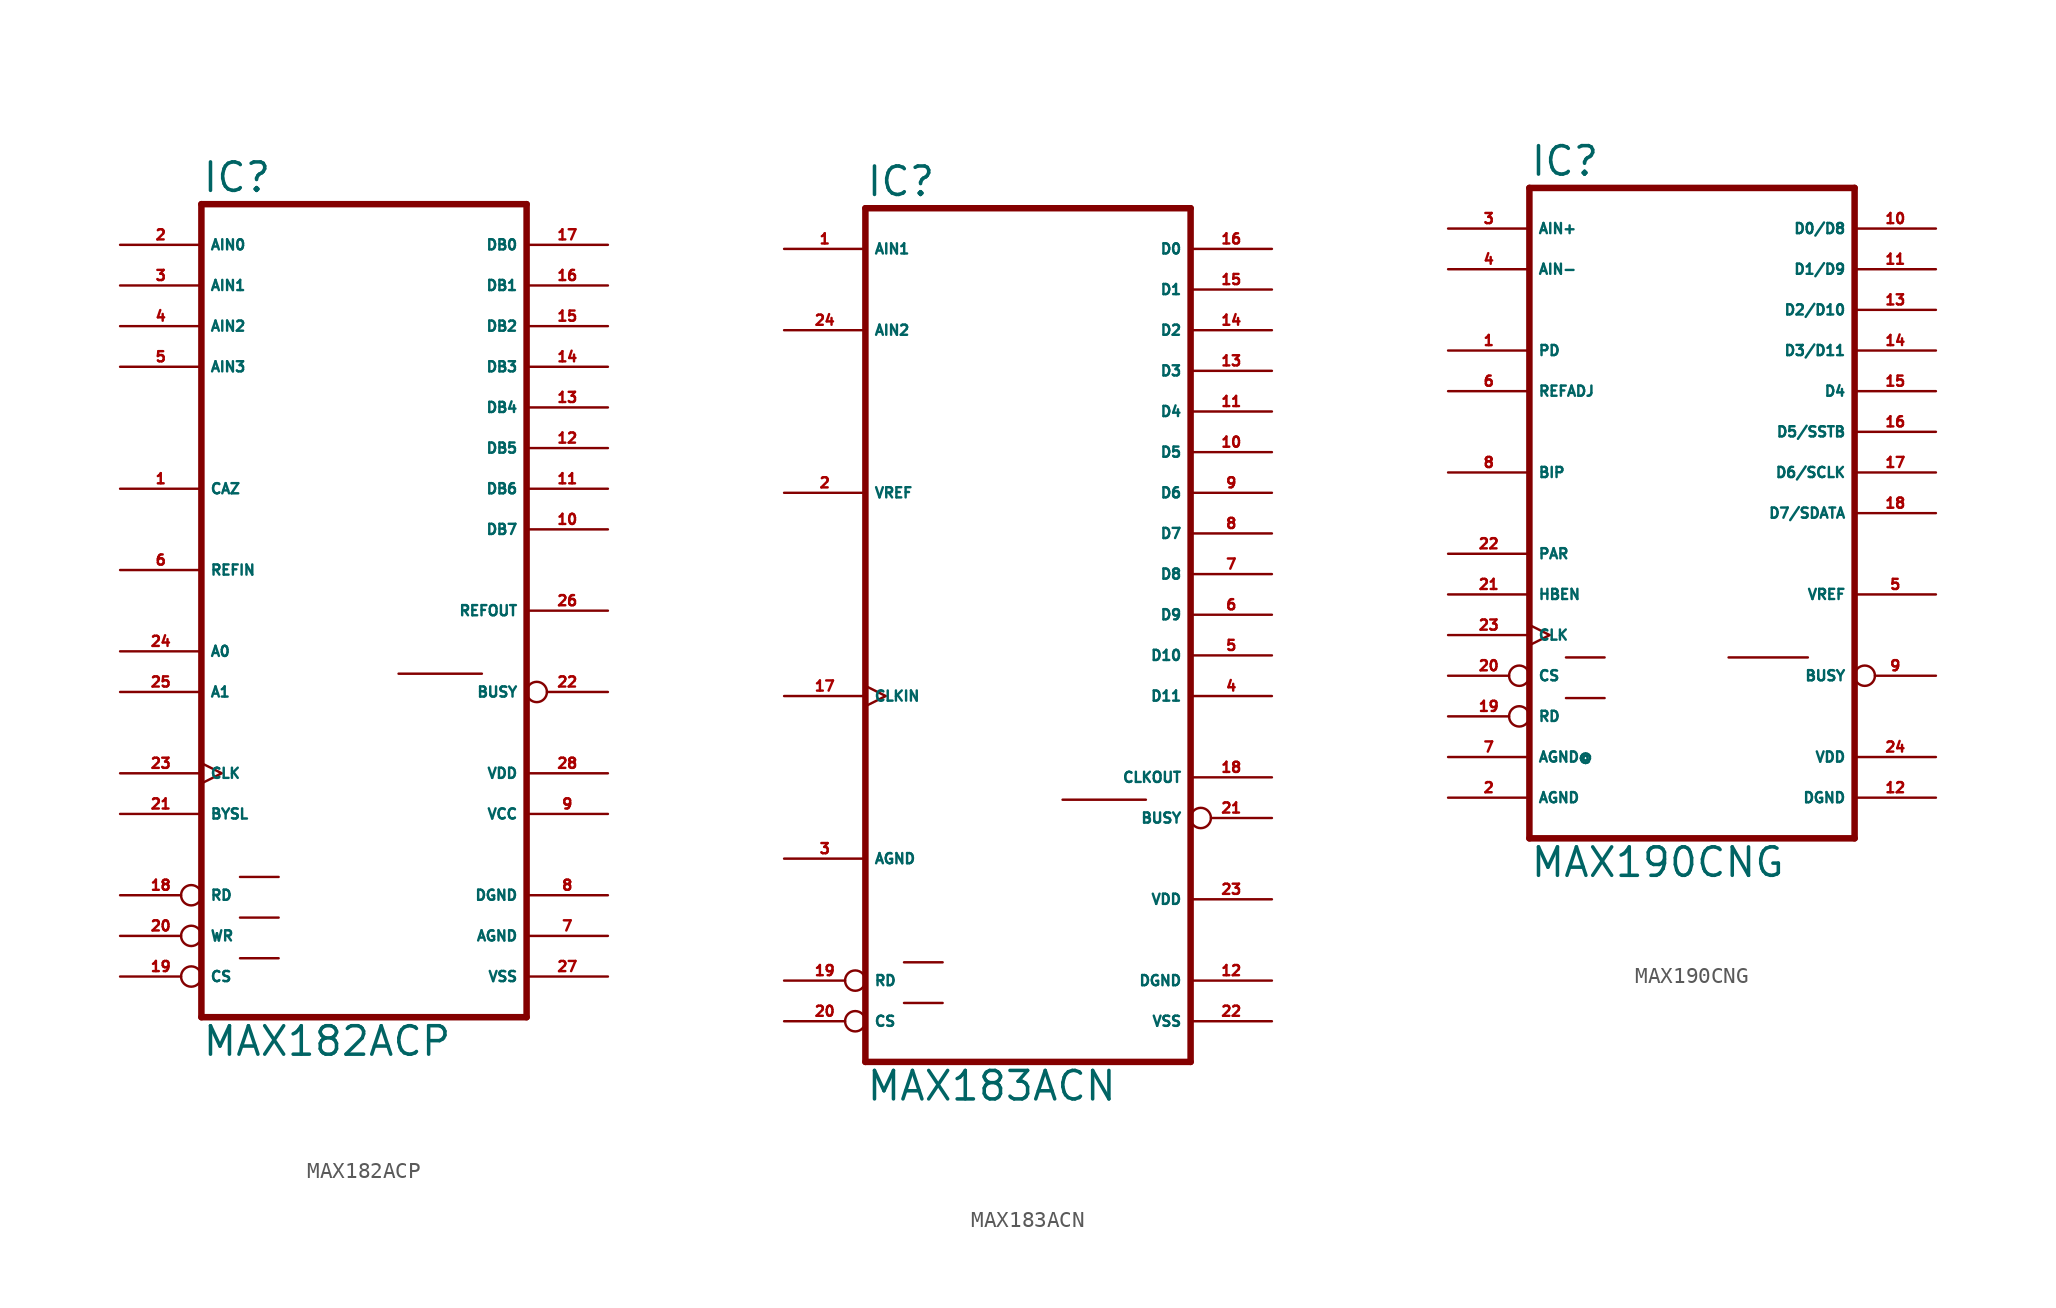
<source format=kicad_sym>
(kicad_symbol_lib
  (version 20220914)
  (generator Eagle2Kicad)
  (symbol "MAX182ACP"
    (property "Reference" "IC"
      (at -10.16 26.035 0)
      (effects (font (size 1.778 1.778) (thickness 0.22)) (justify left bottom)))
    (property "Value" "MAX182ACP"
      (at -10.16 -27.94 0)
      (effects (font (size 1.778 1.778) (thickness 0.22)) (justify left bottom)))
    (polyline
      (pts (xy -10.16 -25.4) (xy 10.16 -25.4))
      (stroke (width 0.406) (type default))
      (fill (type none)))
    (polyline
      (pts (xy 10.16 25.4) (xy 10.16 -25.4))
      (stroke (width 0.406) (type default))
      (fill (type none)))
    (polyline
      (pts (xy 10.16 25.4) (xy -10.16 25.4))
      (stroke (width 0.406) (type default))
      (fill (type none)))
    (polyline
      (pts (xy -10.16 -25.4) (xy -10.16 25.4))
      (stroke (width 0.406) (type default))
      (fill (type none)))
    (polyline
      (pts (xy -7.747 -21.717) (xy -5.334 -21.717))
      (stroke (width 0.152) (type default))
      (fill (type none)))
    (polyline
      (pts (xy -7.747 -19.177) (xy -5.334 -19.177))
      (stroke (width 0.152) (type default))
      (fill (type none)))
    (polyline
      (pts (xy -7.747 -16.637) (xy -5.334 -16.637))
      (stroke (width 0.152) (type default))
      (fill (type none)))
    (polyline
      (pts (xy 2.159 -3.937) (xy 7.366 -3.937))
      (stroke (width 0.152) (type default))
      (fill (type none)))
    (pin tri_state line
      (at 15.24 22.86 180)
      (length 5.08)
      (name "DB0" (effects (font (size 0.635 0.635) (thickness 0.08)) (justify left bottom)))
      (number "17" (effects (font (size 0.635 0.635) (thickness 0.08)) (justify left bottom))))
    (pin tri_state line
      (at 15.24 20.32 180)
      (length 5.08)
      (name "DB1" (effects (font (size 0.635 0.635) (thickness 0.08)) (justify left bottom)))
      (number "16" (effects (font (size 0.635 0.635) (thickness 0.08)) (justify left bottom))))
    (pin tri_state line
      (at 15.24 17.78 180)
      (length 5.08)
      (name "DB2" (effects (font (size 0.635 0.635) (thickness 0.08)) (justify left bottom)))
      (number "15" (effects (font (size 0.635 0.635) (thickness 0.08)) (justify left bottom))))
    (pin tri_state line
      (at 15.24 15.24 180)
      (length 5.08)
      (name "DB3" (effects (font (size 0.635 0.635) (thickness 0.08)) (justify left bottom)))
      (number "14" (effects (font (size 0.635 0.635) (thickness 0.08)) (justify left bottom))))
    (pin tri_state line
      (at 15.24 12.7 180)
      (length 5.08)
      (name "DB4" (effects (font (size 0.635 0.635) (thickness 0.08)) (justify left bottom)))
      (number "13" (effects (font (size 0.635 0.635) (thickness 0.08)) (justify left bottom))))
    (pin tri_state line
      (at 15.24 10.16 180)
      (length 5.08)
      (name "DB5" (effects (font (size 0.635 0.635) (thickness 0.08)) (justify left bottom)))
      (number "12" (effects (font (size 0.635 0.635) (thickness 0.08)) (justify left bottom))))
    (pin tri_state line
      (at 15.24 7.62 180)
      (length 5.08)
      (name "DB6" (effects (font (size 0.635 0.635) (thickness 0.08)) (justify left bottom)))
      (number "11" (effects (font (size 0.635 0.635) (thickness 0.08)) (justify left bottom))))
    (pin tri_state line
      (at 15.24 5.08 180)
      (length 5.08)
      (name "DB7" (effects (font (size 0.635 0.635) (thickness 0.08)) (justify left bottom)))
      (number "10" (effects (font (size 0.635 0.635) (thickness 0.08)) (justify left bottom))))
    (pin unspecified line
      (at 15.24 0 180)
      (length 5.08)
      (name "REFOUT" (effects (font (size 0.635 0.635) (thickness 0.08)) (justify left bottom)))
      (number "26" (effects (font (size 0.635 0.635) (thickness 0.08)) (justify left bottom))))
    (pin unspecified line
      (at 15.24 -22.86 180)
      (length 5.08)
      (name "VSS" (effects (font (size 0.635 0.635) (thickness 0.08)) (justify left bottom)))
      (number "27" (effects (font (size 0.635 0.635) (thickness 0.08)) (justify left bottom))))
    (pin input line
      (at -15.24 2.54 0)
      (length 5.08)
      (name "REFIN" (effects (font (size 0.635 0.635) (thickness 0.08)) (justify left bottom)))
      (number "6" (effects (font (size 0.635 0.635) (thickness 0.08)) (justify left bottom))))
    (pin input inverted
      (at -15.24 -20.32 0)
      (length 5.08)
      (name "WR" (effects (font (size 0.635 0.635) (thickness 0.08)) (justify left bottom)))
      (number "20" (effects (font (size 0.635 0.635) (thickness 0.08)) (justify left bottom))))
    (pin input inverted
      (at -15.24 -22.86 0)
      (length 5.08)
      (name "CS" (effects (font (size 0.635 0.635) (thickness 0.08)) (justify left bottom)))
      (number "19" (effects (font (size 0.635 0.635) (thickness 0.08)) (justify left bottom))))
    (pin input line
      (at -15.24 17.78 0)
      (length 5.08)
      (name "AIN2" (effects (font (size 0.635 0.635) (thickness 0.08)) (justify left bottom)))
      (number "4" (effects (font (size 0.635 0.635) (thickness 0.08)) (justify left bottom))))
    (pin input line
      (at -15.24 15.24 0)
      (length 5.08)
      (name "AIN3" (effects (font (size 0.635 0.635) (thickness 0.08)) (justify left bottom)))
      (number "5" (effects (font (size 0.635 0.635) (thickness 0.08)) (justify left bottom))))
    (pin unspecified line
      (at 15.24 -20.32 180)
      (length 5.08)
      (name "AGND" (effects (font (size 0.635 0.635) (thickness 0.08)) (justify left bottom)))
      (number "7" (effects (font (size 0.635 0.635) (thickness 0.08)) (justify left bottom))))
    (pin unspecified line
      (at 15.24 -17.78 180)
      (length 5.08)
      (name "DGND" (effects (font (size 0.635 0.635) (thickness 0.08)) (justify left bottom)))
      (number "8" (effects (font (size 0.635 0.635) (thickness 0.08)) (justify left bottom))))
    (pin unspecified line
      (at 15.24 -10.16 180)
      (length 5.08)
      (name "VDD" (effects (font (size 0.635 0.635) (thickness 0.08)) (justify left bottom)))
      (number "28" (effects (font (size 0.635 0.635) (thickness 0.08)) (justify left bottom))))
    (pin input line
      (at -15.24 22.86 0)
      (length 5.08)
      (name "AIN0" (effects (font (size 0.635 0.635) (thickness 0.08)) (justify left bottom)))
      (number "2" (effects (font (size 0.635 0.635) (thickness 0.08)) (justify left bottom))))
    (pin input line
      (at -15.24 20.32 0)
      (length 5.08)
      (name "AIN1" (effects (font (size 0.635 0.635) (thickness 0.08)) (justify left bottom)))
      (number "3" (effects (font (size 0.635 0.635) (thickness 0.08)) (justify left bottom))))
    (pin output inverted
      (at 15.24 -5.08 180)
      (length 5.08)
      (name "BUSY" (effects (font (size 0.635 0.635) (thickness 0.08)) (justify left bottom)))
      (number "22" (effects (font (size 0.635 0.635) (thickness 0.08)) (justify left bottom))))
    (pin input line
      (at -15.24 -12.7 0)
      (length 5.08)
      (name "BYSL" (effects (font (size 0.635 0.635) (thickness 0.08)) (justify left bottom)))
      (number "21" (effects (font (size 0.635 0.635) (thickness 0.08)) (justify left bottom))))
    (pin input inverted
      (at -15.24 -17.78 0)
      (length 5.08)
      (name "RD" (effects (font (size 0.635 0.635) (thickness 0.08)) (justify left bottom)))
      (number "18" (effects (font (size 0.635 0.635) (thickness 0.08)) (justify left bottom))))
    (pin input line
      (at -15.24 7.62 0)
      (length 5.08)
      (name "CAZ" (effects (font (size 0.635 0.635) (thickness 0.08)) (justify left bottom)))
      (number "1" (effects (font (size 0.635 0.635) (thickness 0.08)) (justify left bottom))))
    (pin input clock
      (at -15.24 -10.16 0)
      (length 5.08)
      (name "CLK" (effects (font (size 0.635 0.635) (thickness 0.08)) (justify left bottom)))
      (number "23" (effects (font (size 0.635 0.635) (thickness 0.08)) (justify left bottom))))
    (pin input line
      (at -15.24 -2.54 0)
      (length 5.08)
      (name "A0" (effects (font (size 0.635 0.635) (thickness 0.08)) (justify left bottom)))
      (number "24" (effects (font (size 0.635 0.635) (thickness 0.08)) (justify left bottom))))
    (pin input line
      (at -15.24 -5.08 0)
      (length 5.08)
      (name "A1" (effects (font (size 0.635 0.635) (thickness 0.08)) (justify left bottom)))
      (number "25" (effects (font (size 0.635 0.635) (thickness 0.08)) (justify left bottom))))
    (pin unspecified line
      (at 15.24 -12.7 180)
      (length 5.08)
      (name "VCC" (effects (font (size 0.635 0.635) (thickness 0.08)) (justify left bottom)))
      (number "9" (effects (font (size 0.635 0.635) (thickness 0.08)) (justify left bottom)))))
  (symbol "MAX183ACN"
    (property "Reference" "IC"
      (at -10.16 28.575 0)
      (effects (font (size 1.778 1.778) (thickness 0.22)) (justify left bottom)))
    (property "Value" "MAX183ACN"
      (at -10.16 -27.94 0)
      (effects (font (size 1.778 1.778) (thickness 0.22)) (justify left bottom)))
    (polyline
      (pts (xy -10.16 -25.4) (xy 10.16 -25.4))
      (stroke (width 0.406) (type default))
      (fill (type none)))
    (polyline
      (pts (xy 10.16 27.94) (xy 10.16 -25.4))
      (stroke (width 0.406) (type default))
      (fill (type none)))
    (polyline
      (pts (xy 10.16 27.94) (xy -10.16 27.94))
      (stroke (width 0.406) (type default))
      (fill (type none)))
    (polyline
      (pts (xy -10.16 -25.4) (xy -10.16 27.94))
      (stroke (width 0.406) (type default))
      (fill (type none)))
    (polyline
      (pts (xy -7.747 -21.717) (xy -5.334 -21.717))
      (stroke (width 0.152) (type default))
      (fill (type none)))
    (polyline
      (pts (xy -7.747 -19.177) (xy -5.334 -19.177))
      (stroke (width 0.152) (type default))
      (fill (type none)))
    (polyline
      (pts (xy 2.159 -9.017) (xy 7.366 -9.017))
      (stroke (width 0.152) (type default))
      (fill (type none)))
    (pin tri_state line
      (at 15.24 25.4 180)
      (length 5.08)
      (name "D0" (effects (font (size 0.635 0.635) (thickness 0.08)) (justify left bottom)))
      (number "16" (effects (font (size 0.635 0.635) (thickness 0.08)) (justify left bottom))))
    (pin tri_state line
      (at 15.24 22.86 180)
      (length 5.08)
      (name "D1" (effects (font (size 0.635 0.635) (thickness 0.08)) (justify left bottom)))
      (number "15" (effects (font (size 0.635 0.635) (thickness 0.08)) (justify left bottom))))
    (pin tri_state line
      (at 15.24 20.32 180)
      (length 5.08)
      (name "D2" (effects (font (size 0.635 0.635) (thickness 0.08)) (justify left bottom)))
      (number "14" (effects (font (size 0.635 0.635) (thickness 0.08)) (justify left bottom))))
    (pin tri_state line
      (at 15.24 17.78 180)
      (length 5.08)
      (name "D3" (effects (font (size 0.635 0.635) (thickness 0.08)) (justify left bottom)))
      (number "13" (effects (font (size 0.635 0.635) (thickness 0.08)) (justify left bottom))))
    (pin tri_state line
      (at 15.24 15.24 180)
      (length 5.08)
      (name "D4" (effects (font (size 0.635 0.635) (thickness 0.08)) (justify left bottom)))
      (number "11" (effects (font (size 0.635 0.635) (thickness 0.08)) (justify left bottom))))
    (pin tri_state line
      (at 15.24 12.7 180)
      (length 5.08)
      (name "D5" (effects (font (size 0.635 0.635) (thickness 0.08)) (justify left bottom)))
      (number "10" (effects (font (size 0.635 0.635) (thickness 0.08)) (justify left bottom))))
    (pin tri_state line
      (at 15.24 10.16 180)
      (length 5.08)
      (name "D6" (effects (font (size 0.635 0.635) (thickness 0.08)) (justify left bottom)))
      (number "9" (effects (font (size 0.635 0.635) (thickness 0.08)) (justify left bottom))))
    (pin tri_state line
      (at 15.24 7.62 180)
      (length 5.08)
      (name "D7" (effects (font (size 0.635 0.635) (thickness 0.08)) (justify left bottom)))
      (number "8" (effects (font (size 0.635 0.635) (thickness 0.08)) (justify left bottom))))
    (pin output line
      (at 15.24 -7.62 180)
      (length 5.08)
      (name "CLKOUT" (effects (font (size 0.635 0.635) (thickness 0.08)) (justify left bottom)))
      (number "18" (effects (font (size 0.635 0.635) (thickness 0.08)) (justify left bottom))))
    (pin unspecified line
      (at 15.24 -22.86 180)
      (length 5.08)
      (name "VSS" (effects (font (size 0.635 0.635) (thickness 0.08)) (justify left bottom)))
      (number "22" (effects (font (size 0.635 0.635) (thickness 0.08)) (justify left bottom))))
    (pin input inverted
      (at -15.24 -22.86 0)
      (length 5.08)
      (name "CS" (effects (font (size 0.635 0.635) (thickness 0.08)) (justify left bottom)))
      (number "20" (effects (font (size 0.635 0.635) (thickness 0.08)) (justify left bottom))))
    (pin input line
      (at -15.24 20.32 0)
      (length 5.08)
      (name "AIN2" (effects (font (size 0.635 0.635) (thickness 0.08)) (justify left bottom)))
      (number "24" (effects (font (size 0.635 0.635) (thickness 0.08)) (justify left bottom))))
    (pin unspecified line
      (at -15.24 -12.7 0)
      (length 5.08)
      (name "AGND" (effects (font (size 0.635 0.635) (thickness 0.08)) (justify left bottom)))
      (number "3" (effects (font (size 0.635 0.635) (thickness 0.08)) (justify left bottom))))
    (pin unspecified line
      (at 15.24 -20.32 180)
      (length 5.08)
      (name "DGND" (effects (font (size 0.635 0.635) (thickness 0.08)) (justify left bottom)))
      (number "12" (effects (font (size 0.635 0.635) (thickness 0.08)) (justify left bottom))))
    (pin unspecified line
      (at 15.24 -15.24 180)
      (length 5.08)
      (name "VDD" (effects (font (size 0.635 0.635) (thickness 0.08)) (justify left bottom)))
      (number "23" (effects (font (size 0.635 0.635) (thickness 0.08)) (justify left bottom))))
    (pin input line
      (at -15.24 25.4 0)
      (length 5.08)
      (name "AIN1" (effects (font (size 0.635 0.635) (thickness 0.08)) (justify left bottom)))
      (number "1" (effects (font (size 0.635 0.635) (thickness 0.08)) (justify left bottom))))
    (pin output inverted
      (at 15.24 -10.16 180)
      (length 5.08)
      (name "BUSY" (effects (font (size 0.635 0.635) (thickness 0.08)) (justify left bottom)))
      (number "21" (effects (font (size 0.635 0.635) (thickness 0.08)) (justify left bottom))))
    (pin input inverted
      (at -15.24 -20.32 0)
      (length 5.08)
      (name "RD" (effects (font (size 0.635 0.635) (thickness 0.08)) (justify left bottom)))
      (number "19" (effects (font (size 0.635 0.635) (thickness 0.08)) (justify left bottom))))
    (pin input line
      (at -15.24 10.16 0)
      (length 5.08)
      (name "VREF" (effects (font (size 0.635 0.635) (thickness 0.08)) (justify left bottom)))
      (number "2" (effects (font (size 0.635 0.635) (thickness 0.08)) (justify left bottom))))
    (pin input clock
      (at -15.24 -2.54 0)
      (length 5.08)
      (name "CLKIN" (effects (font (size 0.635 0.635) (thickness 0.08)) (justify left bottom)))
      (number "17" (effects (font (size 0.635 0.635) (thickness 0.08)) (justify left bottom))))
    (pin tri_state line
      (at 15.24 5.08 180)
      (length 5.08)
      (name "D8" (effects (font (size 0.635 0.635) (thickness 0.08)) (justify left bottom)))
      (number "7" (effects (font (size 0.635 0.635) (thickness 0.08)) (justify left bottom))))
    (pin tri_state line
      (at 15.24 2.54 180)
      (length 5.08)
      (name "D9" (effects (font (size 0.635 0.635) (thickness 0.08)) (justify left bottom)))
      (number "6" (effects (font (size 0.635 0.635) (thickness 0.08)) (justify left bottom))))
    (pin tri_state line
      (at 15.24 0 180)
      (length 5.08)
      (name "D10" (effects (font (size 0.635 0.635) (thickness 0.08)) (justify left bottom)))
      (number "5" (effects (font (size 0.635 0.635) (thickness 0.08)) (justify left bottom))))
    (pin tri_state line
      (at 15.24 -2.54 180)
      (length 5.08)
      (name "D11" (effects (font (size 0.635 0.635) (thickness 0.08)) (justify left bottom)))
      (number "4" (effects (font (size 0.635 0.635) (thickness 0.08)) (justify left bottom)))))
  (symbol "MAX190CNG"
    (property "Reference" "IC"
      (at -10.16 20.955 0)
      (effects (font (size 1.778 1.778) (thickness 0.22)) (justify left bottom)))
    (property "Value" "MAX190CNG"
      (at -10.16 -22.86 0)
      (effects (font (size 1.778 1.778) (thickness 0.22)) (justify left bottom)))
    (polyline
      (pts (xy 10.16 -20.32) (xy -10.16 -20.32))
      (stroke (width 0.406) (type default))
      (fill (type none)))
    (polyline
      (pts (xy -10.16 20.32) (xy -10.16 -20.32))
      (stroke (width 0.406) (type default))
      (fill (type none)))
    (polyline
      (pts (xy -10.16 20.32) (xy 10.16 20.32))
      (stroke (width 0.406) (type default))
      (fill (type none)))
    (polyline
      (pts (xy 10.16 -20.32) (xy 10.16 20.32))
      (stroke (width 0.406) (type default))
      (fill (type none)))
    (polyline
      (pts (xy -7.874 -9.017) (xy -5.461 -9.017))
      (stroke (width 0.152) (type default))
      (fill (type none)))
    (polyline
      (pts (xy -7.874 -11.557) (xy -5.461 -11.557))
      (stroke (width 0.152) (type default))
      (fill (type none)))
    (polyline
      (pts (xy 2.286 -9.017) (xy 7.239 -9.017))
      (stroke (width 0.152) (type default))
      (fill (type none)))
    (pin unspecified line
      (at 15.24 -17.78 180)
      (length 5.08)
      (name "DGND" (effects (font (size 0.635 0.635) (thickness 0.08)) (justify left bottom)))
      (number "12" (effects (font (size 0.635 0.635) (thickness 0.08)) (justify left bottom))))
    (pin unspecified line
      (at 15.24 -15.24 180)
      (length 5.08)
      (name "VDD" (effects (font (size 0.635 0.635) (thickness 0.08)) (justify left bottom)))
      (number "24" (effects (font (size 0.635 0.635) (thickness 0.08)) (justify left bottom))))
    (pin input inverted
      (at -15.24 -10.16 0)
      (length 5.08)
      (name "CS" (effects (font (size 0.635 0.635) (thickness 0.08)) (justify left bottom)))
      (number "20" (effects (font (size 0.635 0.635) (thickness 0.08)) (justify left bottom))))
    (pin tri_state line
      (at 15.24 12.7 180)
      (length 5.08)
      (name "D2/D10" (effects (font (size 0.635 0.635) (thickness 0.08)) (justify left bottom)))
      (number "13" (effects (font (size 0.635 0.635) (thickness 0.08)) (justify left bottom))))
    (pin tri_state line
      (at 15.24 15.24 180)
      (length 5.08)
      (name "D1/D9" (effects (font (size 0.635 0.635) (thickness 0.08)) (justify left bottom)))
      (number "11" (effects (font (size 0.635 0.635) (thickness 0.08)) (justify left bottom))))
    (pin tri_state line
      (at 15.24 17.78 180)
      (length 5.08)
      (name "D0/D8" (effects (font (size 0.635 0.635) (thickness 0.08)) (justify left bottom)))
      (number "10" (effects (font (size 0.635 0.635) (thickness 0.08)) (justify left bottom))))
    (pin tri_state line
      (at 15.24 10.16 180)
      (length 5.08)
      (name "D3/D11" (effects (font (size 0.635 0.635) (thickness 0.08)) (justify left bottom)))
      (number "14" (effects (font (size 0.635 0.635) (thickness 0.08)) (justify left bottom))))
    (pin unspecified line
      (at -15.24 -17.78 0)
      (length 5.08)
      (name "AGND" (effects (font (size 0.635 0.635) (thickness 0.08)) (justify left bottom)))
      (number "2" (effects (font (size 0.635 0.635) (thickness 0.08)) (justify left bottom))))
    (pin tri_state line
      (at 15.24 7.62 180)
      (length 5.08)
      (name "D4" (effects (font (size 0.635 0.635) (thickness 0.08)) (justify left bottom)))
      (number "15" (effects (font (size 0.635 0.635) (thickness 0.08)) (justify left bottom))))
    (pin output line
      (at 15.24 -5.08 180)
      (length 5.08)
      (name "VREF" (effects (font (size 0.635 0.635) (thickness 0.08)) (justify left bottom)))
      (number "5" (effects (font (size 0.635 0.635) (thickness 0.08)) (justify left bottom))))
    (pin input line
      (at -15.24 15.24 0)
      (length 5.08)
      (name "AIN-" (effects (font (size 0.635 0.635) (thickness 0.08)) (justify left bottom)))
      (number "4" (effects (font (size 0.635 0.635) (thickness 0.08)) (justify left bottom))))
    (pin output inverted
      (at 15.24 -10.16 180)
      (length 5.08)
      (name "BUSY" (effects (font (size 0.635 0.635) (thickness 0.08)) (justify left bottom)))
      (number "9" (effects (font (size 0.635 0.635) (thickness 0.08)) (justify left bottom))))
    (pin input line
      (at -15.24 7.62 0)
      (length 5.08)
      (name "REFADJ" (effects (font (size 0.635 0.635) (thickness 0.08)) (justify left bottom)))
      (number "6" (effects (font (size 0.635 0.635) (thickness 0.08)) (justify left bottom))))
    (pin input inverted
      (at -15.24 -12.7 0)
      (length 5.08)
      (name "RD" (effects (font (size 0.635 0.635) (thickness 0.08)) (justify left bottom)))
      (number "19" (effects (font (size 0.635 0.635) (thickness 0.08)) (justify left bottom))))
    (pin tri_state line
      (at 15.24 5.08 180)
      (length 5.08)
      (name "D5/SSTB" (effects (font (size 0.635 0.635) (thickness 0.08)) (justify left bottom)))
      (number "16" (effects (font (size 0.635 0.635) (thickness 0.08)) (justify left bottom))))
    (pin tri_state line
      (at 15.24 2.54 180)
      (length 5.08)
      (name "D6/SCLK" (effects (font (size 0.635 0.635) (thickness 0.08)) (justify left bottom)))
      (number "17" (effects (font (size 0.635 0.635) (thickness 0.08)) (justify left bottom))))
    (pin tri_state line
      (at 15.24 0 180)
      (length 5.08)
      (name "D7/SDATA" (effects (font (size 0.635 0.635) (thickness 0.08)) (justify left bottom)))
      (number "18" (effects (font (size 0.635 0.635) (thickness 0.08)) (justify left bottom))))
    (pin input clock
      (at -15.24 -7.62 0)
      (length 5.08)
      (name "CLK" (effects (font (size 0.635 0.635) (thickness 0.08)) (justify left bottom)))
      (number "23" (effects (font (size 0.635 0.635) (thickness 0.08)) (justify left bottom))))
    (pin input line
      (at -15.24 2.54 0)
      (length 5.08)
      (name "BIP" (effects (font (size 0.635 0.635) (thickness 0.08)) (justify left bottom)))
      (number "8" (effects (font (size 0.635 0.635) (thickness 0.08)) (justify left bottom))))
    (pin input line
      (at -15.24 -5.08 0)
      (length 5.08)
      (name "HBEN" (effects (font (size 0.635 0.635) (thickness 0.08)) (justify left bottom)))
      (number "21" (effects (font (size 0.635 0.635) (thickness 0.08)) (justify left bottom))))
    (pin input line
      (at -15.24 -2.54 0)
      (length 5.08)
      (name "PAR" (effects (font (size 0.635 0.635) (thickness 0.08)) (justify left bottom)))
      (number "22" (effects (font (size 0.635 0.635) (thickness 0.08)) (justify left bottom))))
    (pin input line
      (at -15.24 17.78 0)
      (length 5.08)
      (name "AIN+" (effects (font (size 0.635 0.635) (thickness 0.08)) (justify left bottom)))
      (number "3" (effects (font (size 0.635 0.635) (thickness 0.08)) (justify left bottom))))
    (pin unspecified line
      (at -15.24 -15.24 0)
      (length 5.08)
      (name "AGND@" (effects (font (size 0.635 0.635) (thickness 0.08)) (justify left bottom)))
      (number "7" (effects (font (size 0.635 0.635) (thickness 0.08)) (justify left bottom))))
    (pin input line
      (at -15.24 10.16 0)
      (length 5.08)
      (name "PD" (effects (font (size 0.635 0.635) (thickness 0.08)) (justify left bottom)))
      (number "1" (effects (font (size 0.635 0.635) (thickness 0.08)) (justify left bottom))))))
</source>
